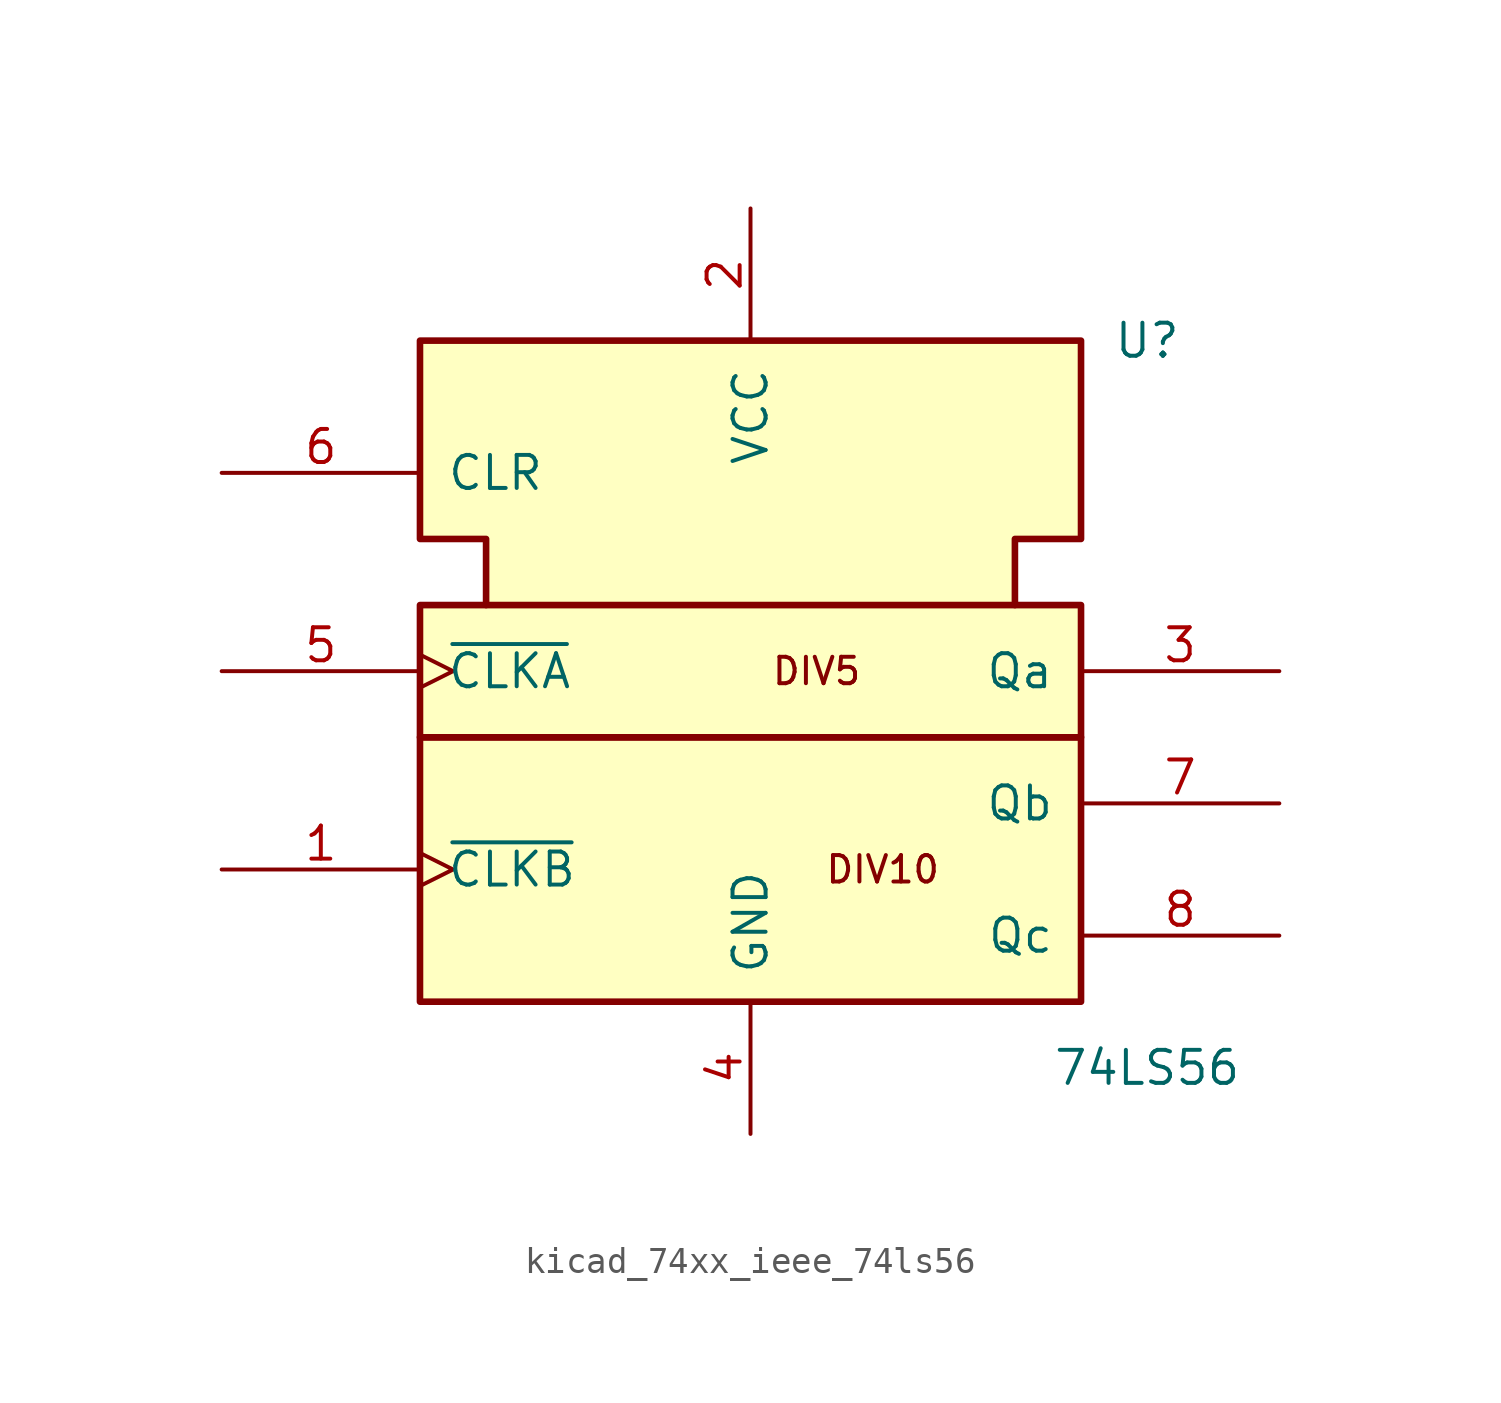
<source format=kicad_sym>
(kicad_symbol_lib
  (version 20220914)
  (generator kicad_symbol_editor)
  (symbol "kicad_74xx_ieee_74ls56"
    (pin_names
      (offset 1.016))
    (property "Reference" "U"
      (at 15.24 12.7 0)
      (effects (font (size 1.27 1.27))))
    (property "Value" "74LS56"
      (at 15.24 -15.24 0)
      (effects (font (size 1.27 1.27))))
    (symbol "kicad_74xx_ieee_74ls56_0_0"
      (rectangle (start -12.7 -2.54) (end 12.7 -12.7) (stroke (width 0.254) (type default)) (fill (type background)))
      (rectangle (start -12.7 2.54) (end 12.7 -2.54) (stroke (width 0.254) (type default)) (fill (type background)))
      (polyline (pts (xy -10.16 2.54) (xy -10.16 5.08) (xy -12.7 5.08) (xy -12.7 12.7) (xy 12.7 12.7) (xy 12.7 5.08) (xy 10.16 5.08) (xy 10.16 2.54) (xy 10.16 2.54)) (stroke (width 0.254) (type default)) (fill (type background)))
      (text "DIV10" (at 5.08 -7.62 0) (effects (font (size 1.016 1.016))))
      (text "DIV5" (at 2.54 0 0) (effects (font (size 1.016 1.016)))))
    (symbol "kicad_74xx_ieee_74ls56_0_1"
      (pin power_in line (at 0 17.78 270) (length 5.08) (name "VCC" (effects (font (size 1.27 1.27)))) (number "2" (effects (font (size 1.27 1.27)))))
      (pin power_in line (at 0 -17.78 90) (length 5.08) (name "GND" (effects (font (size 1.27 1.27)))) (number "4" (effects (font (size 1.27 1.27))))))
    (symbol "kicad_74xx_ieee_74ls56_1_1"
      (pin input clock (at -20.32 -7.62 0) (length 7.62) (name "~{CLKB}" (effects (font (size 1.27 1.27)))) (number "1" (effects (font (size 1.27 1.27)))))
      (pin output line (at 20.32 0 180) (length 7.62) (name "Qa" (effects (font (size 1.27 1.27)))) (number "3" (effects (font (size 1.27 1.27)))))
      (pin input clock (at -20.32 0 0) (length 7.62) (name "~{CLKA}" (effects (font (size 1.27 1.27)))) (number "5" (effects (font (size 1.27 1.27)))))
      (pin input line (at -20.32 7.62 0) (length 7.62) (name "CLR" (effects (font (size 1.27 1.27)))) (number "6" (effects (font (size 1.27 1.27)))))
      (pin output line (at 20.32 -5.08 180) (length 7.62) (name "Qb" (effects (font (size 1.27 1.27)))) (number "7" (effects (font (size 1.27 1.27)))))
      (pin output line (at 20.32 -10.16 180) (length 7.62) (name "Qc" (effects (font (size 1.27 1.27)))) (number "8" (effects (font (size 1.27 1.27))))))))
</source>
